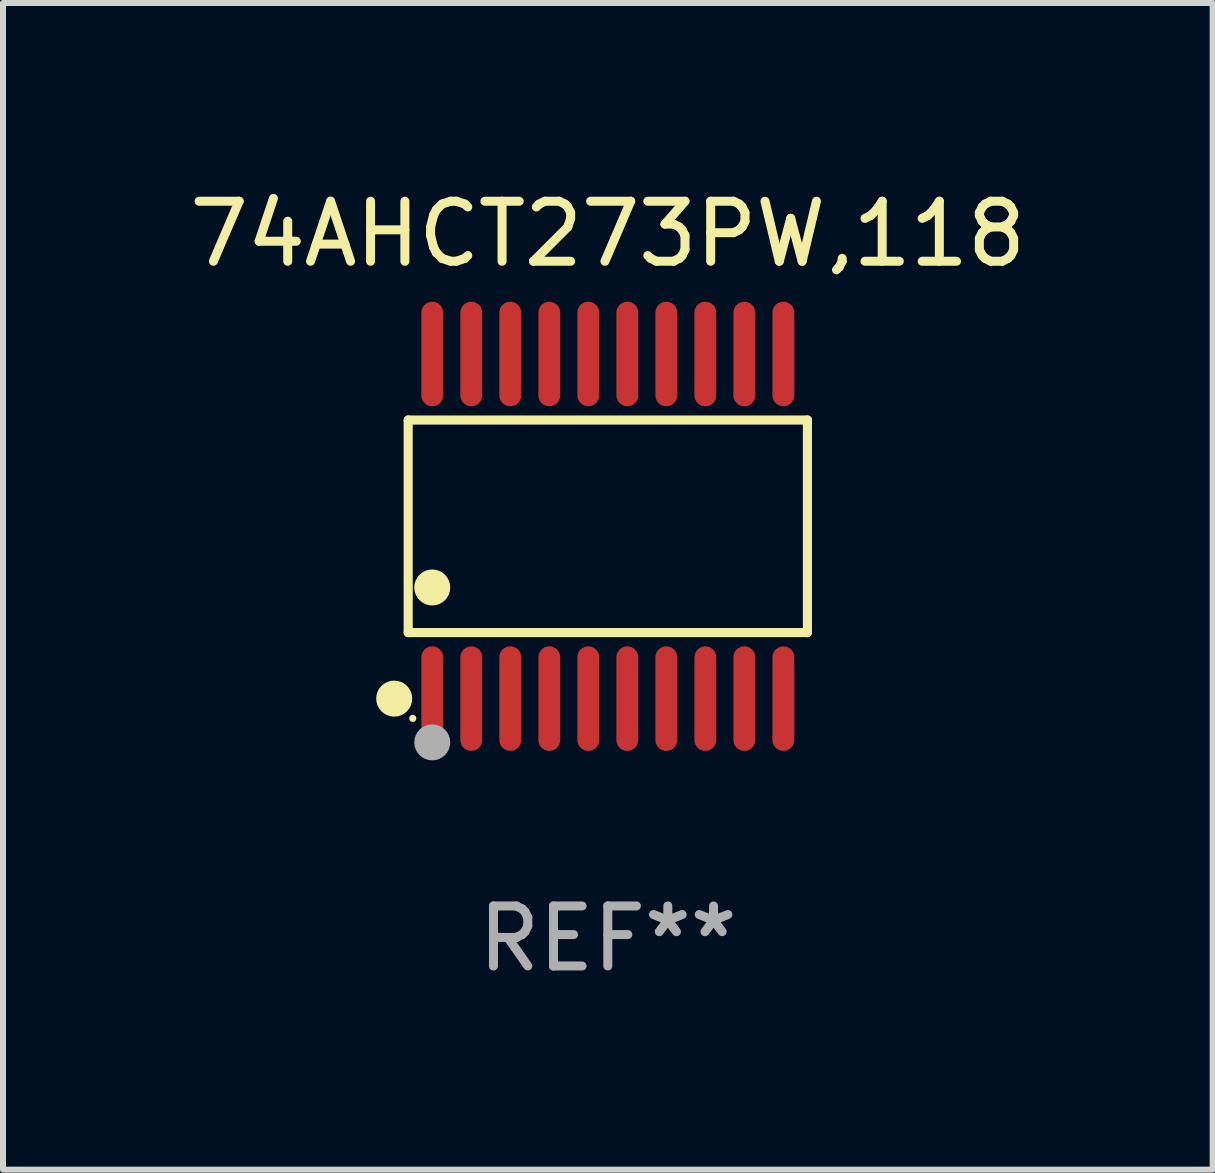
<source format=kicad_pcb>
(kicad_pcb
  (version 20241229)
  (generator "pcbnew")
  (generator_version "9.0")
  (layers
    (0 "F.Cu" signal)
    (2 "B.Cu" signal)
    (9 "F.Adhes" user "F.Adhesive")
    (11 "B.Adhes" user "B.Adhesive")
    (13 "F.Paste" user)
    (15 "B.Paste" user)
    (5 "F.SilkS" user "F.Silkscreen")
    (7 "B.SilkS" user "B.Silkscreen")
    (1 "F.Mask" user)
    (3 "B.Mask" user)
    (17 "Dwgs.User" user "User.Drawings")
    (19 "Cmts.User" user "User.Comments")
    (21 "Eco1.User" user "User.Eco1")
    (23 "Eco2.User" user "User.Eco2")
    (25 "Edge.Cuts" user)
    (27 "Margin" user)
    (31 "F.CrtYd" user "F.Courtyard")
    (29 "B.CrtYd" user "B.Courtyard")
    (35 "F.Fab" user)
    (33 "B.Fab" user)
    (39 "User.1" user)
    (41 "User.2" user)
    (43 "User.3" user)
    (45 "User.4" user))
  (footprint "74AHCT273PW,118"
    (layer "F.Cu")
    (at 7.077 5.719)
    (property "Reference" "74AHCT273PW,118" (at 0 -4.871 0) (layer "F.SilkS") (effects (font (size 1 1) (thickness 0.15))))
    (attr through_hole)
    (fp_line (start -3.326 -1.771) (end 3.326 -1.771) (stroke (width 0.152) (type solid)) (layer "F.SilkS"))
    (fp_line (start -3.326 1.771) (end -3.326 -1.771) (stroke (width 0.152) (type solid)) (layer "F.SilkS"))
    (fp_line (start 3.326 -1.771) (end 3.326 1.771) (stroke (width 0.152) (type solid)) (layer "F.SilkS"))
    (fp_line (start 3.326 1.771) (end -3.326 1.771) (stroke (width 0.152) (type solid)) (layer "F.SilkS"))
    (fp_circle (center -3.559 2.871) (end -3.409 2.871) (stroke (width 0.3) (type solid)) (fill no) (layer "F.SilkS"))
    (fp_circle (center -3.25 3.2) (end -3.22 3.2) (stroke (width 0.06) (type solid)) (fill no) (layer "F.SilkS"))
    (fp_circle (center -2.925 1.019) (end -2.775 1.019) (stroke (width 0.3) (type solid)) (fill no) (layer "F.SilkS"))
    (fp_circle (center -2.925 3.6) (end -2.775 3.6) (stroke (width 0.3) (type solid)) (fill no) (layer "F.Fab"))
    (fp_text user "REF**" (at 0 6.871 0) (layer "F.Fab") (effects (font (size 1 1) (thickness 0.15))))
    (pad "1" smd oval (at -2.925 2.871) (size 0.364 1.742) (layers "F.Cu" "F.Mask" "F.Paste"))
    (pad "2" smd oval (at -2.275 2.871) (size 0.364 1.742) (layers "F.Cu" "F.Mask" "F.Paste"))
    (pad "3" smd oval (at -1.625 2.871) (size 0.364 1.742) (layers "F.Cu" "F.Mask" "F.Paste"))
    (pad "4" smd oval (at -0.975 2.871) (size 0.364 1.742) (layers "F.Cu" "F.Mask" "F.Paste"))
    (pad "5" smd oval (at -0.325 2.871) (size 0.364 1.742) (layers "F.Cu" "F.Mask" "F.Paste"))
    (pad "6" smd oval (at 0.325 2.871) (size 0.364 1.742) (layers "F.Cu" "F.Mask" "F.Paste"))
    (pad "7" smd oval (at 0.975 2.871) (size 0.364 1.742) (layers "F.Cu" "F.Mask" "F.Paste"))
    (pad "8" smd oval (at 1.625 2.871) (size 0.364 1.742) (layers "F.Cu" "F.Mask" "F.Paste"))
    (pad "9" smd oval (at 2.275 2.871) (size 0.364 1.742) (layers "F.Cu" "F.Mask" "F.Paste"))
    (pad "10" smd oval (at 2.925 2.871) (size 0.364 1.742) (layers "F.Cu" "F.Mask" "F.Paste"))
    (pad "11" smd oval (at 2.925 -2.871) (size 0.364 1.742) (layers "F.Cu" "F.Mask" "F.Paste"))
    (pad "12" smd oval (at 2.275 -2.871) (size 0.364 1.742) (layers "F.Cu" "F.Mask" "F.Paste"))
    (pad "13" smd oval (at 1.625 -2.871) (size 0.364 1.742) (layers "F.Cu" "F.Mask" "F.Paste"))
    (pad "14" smd oval (at 0.975 -2.871) (size 0.364 1.742) (layers "F.Cu" "F.Mask" "F.Paste"))
    (pad "15" smd oval (at 0.325 -2.871) (size 0.364 1.742) (layers "F.Cu" "F.Mask" "F.Paste"))
    (pad "16" smd oval (at -0.325 -2.871) (size 0.364 1.742) (layers "F.Cu" "F.Mask" "F.Paste"))
    (pad "17" smd oval (at -0.975 -2.871) (size 0.364 1.742) (layers "F.Cu" "F.Mask" "F.Paste"))
    (pad "18" smd oval (at -1.625 -2.871) (size 0.364 1.742) (layers "F.Cu" "F.Mask" "F.Paste"))
    (pad "19" smd oval (at -2.275 -2.871) (size 0.364 1.742) (layers "F.Cu" "F.Mask" "F.Paste"))
    (pad "20" smd oval (at -2.925 -2.871) (size 0.364 1.742) (layers "F.Cu" "F.Mask" "F.Paste")))
  (gr_rect
    (start -3 -3)
    (end 17.155 16.438)
    (stroke (width 0.1) (type default))
    (fill no)
    (layer "Edge.Cuts")))
</source>
